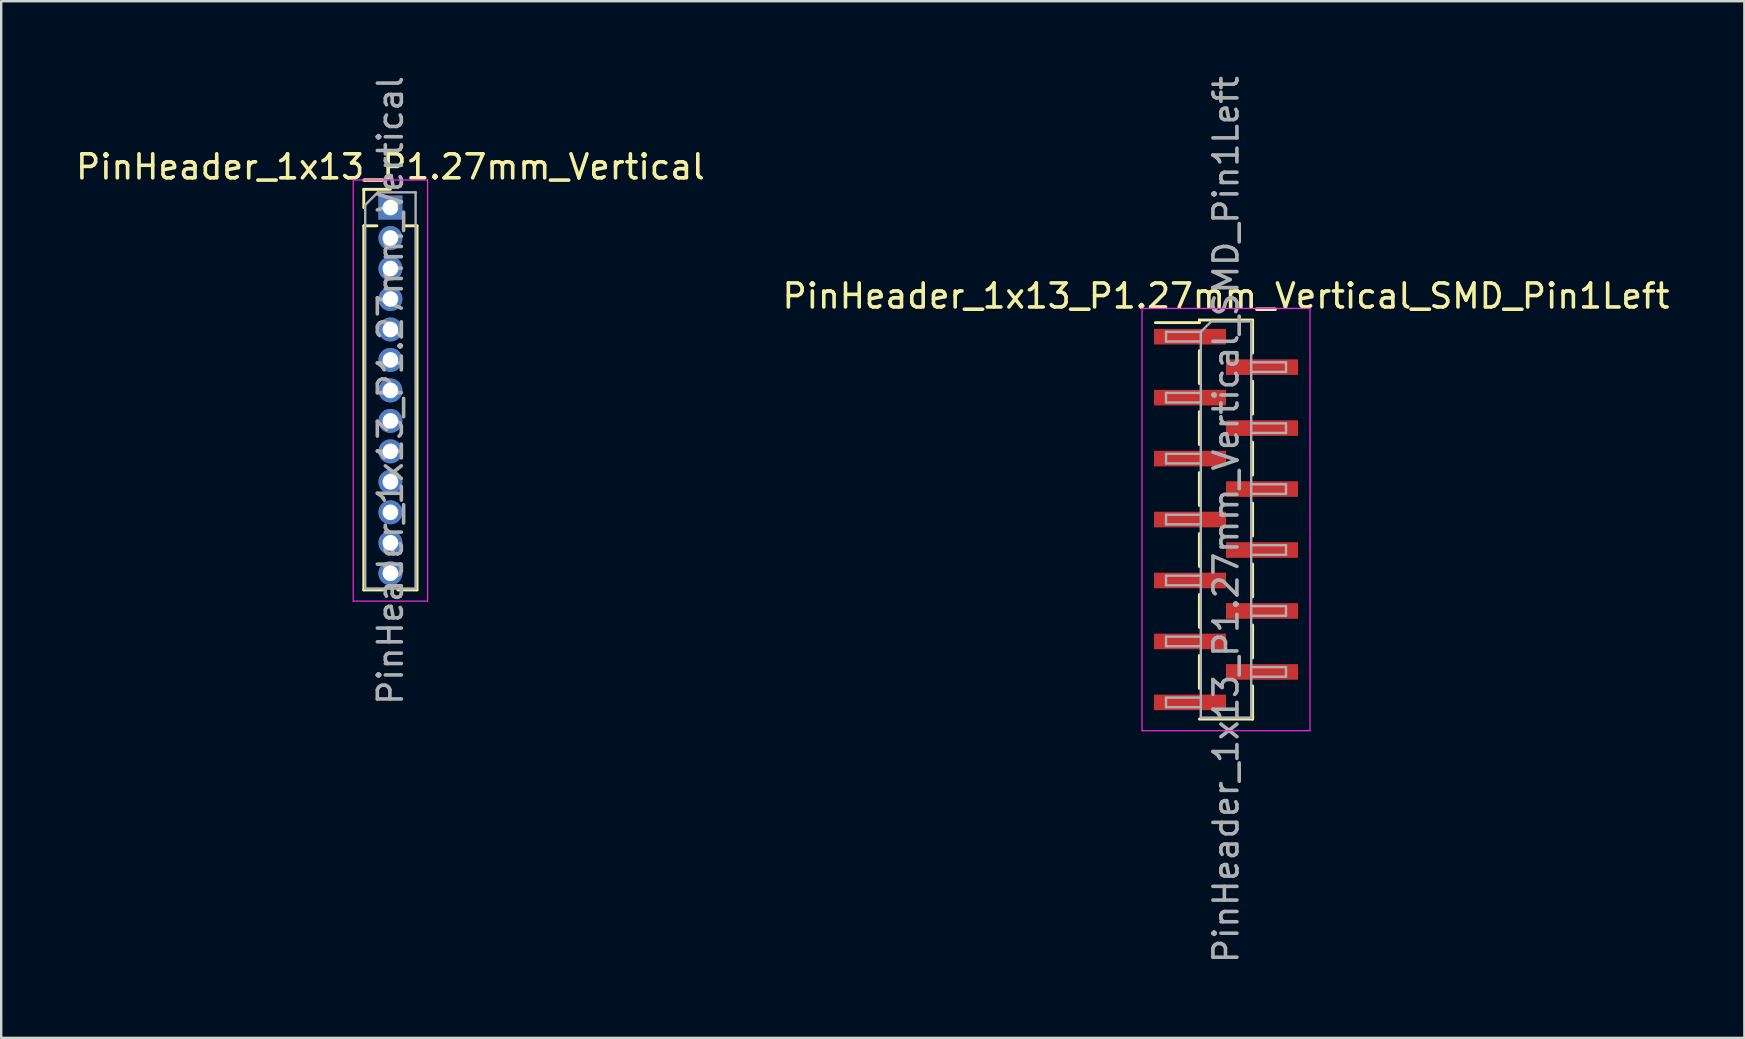
<source format=kicad_pcb>
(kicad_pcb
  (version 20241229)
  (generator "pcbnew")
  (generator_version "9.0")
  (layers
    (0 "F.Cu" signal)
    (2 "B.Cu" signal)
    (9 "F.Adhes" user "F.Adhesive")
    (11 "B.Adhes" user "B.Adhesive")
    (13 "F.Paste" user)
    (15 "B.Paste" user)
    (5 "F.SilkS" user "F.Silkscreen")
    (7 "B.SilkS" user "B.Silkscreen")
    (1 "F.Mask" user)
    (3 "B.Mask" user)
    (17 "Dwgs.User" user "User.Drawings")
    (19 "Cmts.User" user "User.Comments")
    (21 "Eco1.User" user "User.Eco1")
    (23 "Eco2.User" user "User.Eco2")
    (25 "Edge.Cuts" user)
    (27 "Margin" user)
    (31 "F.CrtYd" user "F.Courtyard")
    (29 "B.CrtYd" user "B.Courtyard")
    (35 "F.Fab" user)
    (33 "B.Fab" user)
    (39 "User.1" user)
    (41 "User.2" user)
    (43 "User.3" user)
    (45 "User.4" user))
  (footprint "PinHeader_1x13_P1.27mm_Vertical"
    (layer "F.Cu")
    (at 13.22 5.6)
    (property "Reference" "PinHeader_1x13_P1.27mm_Vertical" (at 0 -1.695 0) (layer "F.SilkS") (effects (font (size 1 1) (thickness 0.15))))
    (attr through_hole)
    (fp_line (start -1.11 -0.76) (end 0 -0.76) (stroke (width 0.12) (type solid)) (layer "F.SilkS"))
    (fp_line (start -1.11 0) (end -1.11 -0.76) (stroke (width 0.12) (type solid)) (layer "F.SilkS"))
    (fp_line (start -1.11 0.76) (end -1.11 15.935) (stroke (width 0.12) (type solid)) (layer "F.SilkS"))
    (fp_line (start -1.11 0.76) (end -0.563 0.76) (stroke (width 0.12) (type solid)) (layer "F.SilkS"))
    (fp_line (start -1.11 15.935) (end -0.308 15.935) (stroke (width 0.12) (type solid)) (layer "F.SilkS"))
    (fp_line (start 0.308 15.935) (end 1.11 15.935) (stroke (width 0.12) (type solid)) (layer "F.SilkS"))
    (fp_line (start 0.563 0.76) (end 1.11 0.76) (stroke (width 0.12) (type solid)) (layer "F.SilkS"))
    (fp_line (start 1.11 0.76) (end 1.11 15.935) (stroke (width 0.12) (type solid)) (layer "F.SilkS"))
    (fp_line (start -1.55 -1.15) (end -1.55 16.4) (stroke (width 0.05) (type solid)) (layer "F.CrtYd"))
    (fp_line (start -1.55 16.4) (end 1.55 16.4) (stroke (width 0.05) (type solid)) (layer "F.CrtYd"))
    (fp_line (start 1.55 -1.15) (end -1.55 -1.15) (stroke (width 0.05) (type solid)) (layer "F.CrtYd"))
    (fp_line (start 1.55 16.4) (end 1.55 -1.15) (stroke (width 0.05) (type solid)) (layer "F.CrtYd"))
    (fp_line (start -1.05 -0.11) (end -0.525 -0.635) (stroke (width 0.1) (type solid)) (layer "F.Fab"))
    (fp_line (start -1.05 15.875) (end -1.05 -0.11) (stroke (width 0.1) (type solid)) (layer "F.Fab"))
    (fp_line (start -0.525 -0.635) (end 1.05 -0.635) (stroke (width 0.1) (type solid)) (layer "F.Fab"))
    (fp_line (start 1.05 -0.635) (end 1.05 15.875) (stroke (width 0.1) (type solid)) (layer "F.Fab"))
    (fp_line (start 1.05 15.875) (end -1.05 15.875) (stroke (width 0.1) (type solid)) (layer "F.Fab"))
    (fp_text user "${REFERENCE}" (at 0 7.62 90) (layer "F.Fab") (effects (font (size 1 1) (thickness 0.15))))
    (pad "1" thru_hole rect (at 0 0) (size 1 1) (drill 0.65) (layers "*.Cu" "*.Mask"))
    (pad "2" thru_hole oval (at 0 1.27) (size 1 1) (drill 0.65) (layers "*.Cu" "*.Mask"))
    (pad "3" thru_hole oval (at 0 2.54) (size 1 1) (drill 0.65) (layers "*.Cu" "*.Mask"))
    (pad "4" thru_hole oval (at 0 3.81) (size 1 1) (drill 0.65) (layers "*.Cu" "*.Mask"))
    (pad "5" thru_hole oval (at 0 5.08) (size 1 1) (drill 0.65) (layers "*.Cu" "*.Mask"))
    (pad "6" thru_hole oval (at 0 6.35) (size 1 1) (drill 0.65) (layers "*.Cu" "*.Mask"))
    (pad "7" thru_hole oval (at 0 7.62) (size 1 1) (drill 0.65) (layers "*.Cu" "*.Mask"))
    (pad "8" thru_hole oval (at 0 8.89) (size 1 1) (drill 0.65) (layers "*.Cu" "*.Mask"))
    (pad "9" thru_hole oval (at 0 10.16) (size 1 1) (drill 0.65) (layers "*.Cu" "*.Mask"))
    (pad "10" thru_hole oval (at 0 11.43) (size 1 1) (drill 0.65) (layers "*.Cu" "*.Mask"))
    (pad "11" thru_hole oval (at 0 12.7) (size 1 1) (drill 0.65) (layers "*.Cu" "*.Mask"))
    (pad "12" thru_hole oval (at 0 13.97) (size 1 1) (drill 0.65) (layers "*.Cu" "*.Mask"))
    (pad "13" thru_hole oval (at 0 15.24) (size 1 1) (drill 0.65) (layers "*.Cu" "*.Mask")))
  (footprint "PinHeader_1x13_P1.27mm_Vertical_SMD_Pin1Left"
    (layer "F.Cu")
    (at 48.042 18.601)
    (property "Reference" "PinHeader_1x13_P1.27mm_Vertical_SMD_Pin1Left" (at 0 -9.315 0) (layer "F.SilkS") (effects (font (size 1 1) (thickness 0.15))))
    (attr smd)
    (fp_line (start -1.11 -8.315) (end -1.11 -8.205) (stroke (width 0.12) (type solid)) (layer "F.SilkS"))
    (fp_line (start -1.11 -8.315) (end 1.11 -8.315) (stroke (width 0.12) (type solid)) (layer "F.SilkS"))
    (fp_line (start -1.11 -8.205) (end -2.94 -8.205) (stroke (width 0.12) (type solid)) (layer "F.SilkS"))
    (fp_line (start -1.11 -7.035) (end -1.11 -5.665) (stroke (width 0.12) (type solid)) (layer "F.SilkS"))
    (fp_line (start -1.11 -4.495) (end -1.11 -3.125) (stroke (width 0.12) (type solid)) (layer "F.SilkS"))
    (fp_line (start -1.11 -1.955) (end -1.11 -0.585) (stroke (width 0.12) (type solid)) (layer "F.SilkS"))
    (fp_line (start -1.11 0.585) (end -1.11 1.955) (stroke (width 0.12) (type solid)) (layer "F.SilkS"))
    (fp_line (start -1.11 3.125) (end -1.11 4.495) (stroke (width 0.12) (type solid)) (layer "F.SilkS"))
    (fp_line (start -1.11 5.665) (end -1.11 7.035) (stroke (width 0.12) (type solid)) (layer "F.SilkS"))
    (fp_line (start -1.11 8.315) (end 1.11 8.315) (stroke (width 0.12) (type solid)) (layer "F.SilkS"))
    (fp_line (start 1.11 -8.305) (end 1.11 -6.935) (stroke (width 0.12) (type solid)) (layer "F.SilkS"))
    (fp_line (start 1.11 -5.765) (end 1.11 -4.395) (stroke (width 0.12) (type solid)) (layer "F.SilkS"))
    (fp_line (start 1.11 -3.225) (end 1.11 -1.855) (stroke (width 0.12) (type solid)) (layer "F.SilkS"))
    (fp_line (start 1.11 -0.685) (end 1.11 0.685) (stroke (width 0.12) (type solid)) (layer "F.SilkS"))
    (fp_line (start 1.11 1.855) (end 1.11 3.225) (stroke (width 0.12) (type solid)) (layer "F.SilkS"))
    (fp_line (start 1.11 4.395) (end 1.11 5.765) (stroke (width 0.12) (type solid)) (layer "F.SilkS"))
    (fp_line (start 1.11 6.935) (end 1.11 8.305) (stroke (width 0.12) (type solid)) (layer "F.SilkS"))
    (fp_line (start 1.11 8.205) (end 1.11 8.315) (stroke (width 0.12) (type solid)) (layer "F.SilkS"))
    (fp_line (start -3.5 -8.8) (end -3.5 8.8) (stroke (width 0.05) (type solid)) (layer "F.CrtYd"))
    (fp_line (start -3.5 8.8) (end 3.5 8.8) (stroke (width 0.05) (type solid)) (layer "F.CrtYd"))
    (fp_line (start 3.5 -8.8) (end -3.5 -8.8) (stroke (width 0.05) (type solid)) (layer "F.CrtYd"))
    (fp_line (start 3.5 8.8) (end 3.5 -8.8) (stroke (width 0.05) (type solid)) (layer "F.CrtYd"))
    (fp_line (start -2.5 -7.82) (end -2.5 -7.42) (stroke (width 0.1) (type solid)) (layer "F.Fab"))
    (fp_line (start -2.5 -7.42) (end -1.05 -7.42) (stroke (width 0.1) (type solid)) (layer "F.Fab"))
    (fp_line (start -2.5 -5.28) (end -2.5 -4.88) (stroke (width 0.1) (type solid)) (layer "F.Fab"))
    (fp_line (start -2.5 -4.88) (end -1.05 -4.88) (stroke (width 0.1) (type solid)) (layer "F.Fab"))
    (fp_line (start -2.5 -2.74) (end -2.5 -2.34) (stroke (width 0.1) (type solid)) (layer "F.Fab"))
    (fp_line (start -2.5 -2.34) (end -1.05 -2.34) (stroke (width 0.1) (type solid)) (layer "F.Fab"))
    (fp_line (start -2.5 -0.2) (end -2.5 0.2) (stroke (width 0.1) (type solid)) (layer "F.Fab"))
    (fp_line (start -2.5 0.2) (end -1.05 0.2) (stroke (width 0.1) (type solid)) (layer "F.Fab"))
    (fp_line (start -2.5 2.34) (end -2.5 2.74) (stroke (width 0.1) (type solid)) (layer "F.Fab"))
    (fp_line (start -2.5 2.74) (end -1.05 2.74) (stroke (width 0.1) (type solid)) (layer "F.Fab"))
    (fp_line (start -2.5 4.88) (end -2.5 5.28) (stroke (width 0.1) (type solid)) (layer "F.Fab"))
    (fp_line (start -2.5 5.28) (end -1.05 5.28) (stroke (width 0.1) (type solid)) (layer "F.Fab"))
    (fp_line (start -2.5 7.42) (end -2.5 7.82) (stroke (width 0.1) (type solid)) (layer "F.Fab"))
    (fp_line (start -2.5 7.82) (end -1.05 7.82) (stroke (width 0.1) (type solid)) (layer "F.Fab"))
    (fp_line (start -1.05 -7.82) (end -2.5 -7.82) (stroke (width 0.1) (type solid)) (layer "F.Fab"))
    (fp_line (start -1.05 -7.82) (end -0.615 -8.255) (stroke (width 0.1) (type solid)) (layer "F.Fab"))
    (fp_line (start -1.05 -5.28) (end -2.5 -5.28) (stroke (width 0.1) (type solid)) (layer "F.Fab"))
    (fp_line (start -1.05 -2.74) (end -2.5 -2.74) (stroke (width 0.1) (type solid)) (layer "F.Fab"))
    (fp_line (start -1.05 -0.2) (end -2.5 -0.2) (stroke (width 0.1) (type solid)) (layer "F.Fab"))
    (fp_line (start -1.05 2.34) (end -2.5 2.34) (stroke (width 0.1) (type solid)) (layer "F.Fab"))
    (fp_line (start -1.05 4.88) (end -2.5 4.88) (stroke (width 0.1) (type solid)) (layer "F.Fab"))
    (fp_line (start -1.05 7.42) (end -2.5 7.42) (stroke (width 0.1) (type solid)) (layer "F.Fab"))
    (fp_line (start -1.05 8.255) (end -1.05 -7.82) (stroke (width 0.1) (type solid)) (layer "F.Fab"))
    (fp_line (start -0.615 -8.255) (end 1.05 -8.255) (stroke (width 0.1) (type solid)) (layer "F.Fab"))
    (fp_line (start 1.05 -8.255) (end 1.05 8.255) (stroke (width 0.1) (type solid)) (layer "F.Fab"))
    (fp_line (start 1.05 -6.55) (end 2.5 -6.55) (stroke (width 0.1) (type solid)) (layer "F.Fab"))
    (fp_line (start 1.05 -4.01) (end 2.5 -4.01) (stroke (width 0.1) (type solid)) (layer "F.Fab"))
    (fp_line (start 1.05 -1.47) (end 2.5 -1.47) (stroke (width 0.1) (type solid)) (layer "F.Fab"))
    (fp_line (start 1.05 1.07) (end 2.5 1.07) (stroke (width 0.1) (type solid)) (layer "F.Fab"))
    (fp_line (start 1.05 3.61) (end 2.5 3.61) (stroke (width 0.1) (type solid)) (layer "F.Fab"))
    (fp_line (start 1.05 6.15) (end 2.5 6.15) (stroke (width 0.1) (type solid)) (layer "F.Fab"))
    (fp_line (start 1.05 8.255) (end -1.05 8.255) (stroke (width 0.1) (type solid)) (layer "F.Fab"))
    (fp_line (start 2.5 -6.55) (end 2.5 -6.15) (stroke (width 0.1) (type solid)) (layer "F.Fab"))
    (fp_line (start 2.5 -6.15) (end 1.05 -6.15) (stroke (width 0.1) (type solid)) (layer "F.Fab"))
    (fp_line (start 2.5 -4.01) (end 2.5 -3.61) (stroke (width 0.1) (type solid)) (layer "F.Fab"))
    (fp_line (start 2.5 -3.61) (end 1.05 -3.61) (stroke (width 0.1) (type solid)) (layer "F.Fab"))
    (fp_line (start 2.5 -1.47) (end 2.5 -1.07) (stroke (width 0.1) (type solid)) (layer "F.Fab"))
    (fp_line (start 2.5 -1.07) (end 1.05 -1.07) (stroke (width 0.1) (type solid)) (layer "F.Fab"))
    (fp_line (start 2.5 1.07) (end 2.5 1.47) (stroke (width 0.1) (type solid)) (layer "F.Fab"))
    (fp_line (start 2.5 1.47) (end 1.05 1.47) (stroke (width 0.1) (type solid)) (layer "F.Fab"))
    (fp_line (start 2.5 3.61) (end 2.5 4.01) (stroke (width 0.1) (type solid)) (layer "F.Fab"))
    (fp_line (start 2.5 4.01) (end 1.05 4.01) (stroke (width 0.1) (type solid)) (layer "F.Fab"))
    (fp_line (start 2.5 6.15) (end 2.5 6.55) (stroke (width 0.1) (type solid)) (layer "F.Fab"))
    (fp_line (start 2.5 6.55) (end 1.05 6.55) (stroke (width 0.1) (type solid)) (layer "F.Fab"))
    (fp_text user "${REFERENCE}" (at 0 0 90) (layer "F.Fab") (effects (font (size 1 1) (thickness 0.15))))
    (pad "1" smd rect (at -1.5 -7.62) (size 3 0.65) (layers "F.Cu" "F.Mask" "F.Paste"))
    (pad "2" smd rect (at 1.5 -6.35) (size 3 0.65) (layers "F.Cu" "F.Mask" "F.Paste"))
    (pad "3" smd rect (at -1.5 -5.08) (size 3 0.65) (layers "F.Cu" "F.Mask" "F.Paste"))
    (pad "4" smd rect (at 1.5 -3.81) (size 3 0.65) (layers "F.Cu" "F.Mask" "F.Paste"))
    (pad "5" smd rect (at -1.5 -2.54) (size 3 0.65) (layers "F.Cu" "F.Mask" "F.Paste"))
    (pad "6" smd rect (at 1.5 -1.27) (size 3 0.65) (layers "F.Cu" "F.Mask" "F.Paste"))
    (pad "7" smd rect (at -1.5 0) (size 3 0.65) (layers "F.Cu" "F.Mask" "F.Paste"))
    (pad "8" smd rect (at 1.5 1.27) (size 3 0.65) (layers "F.Cu" "F.Mask" "F.Paste"))
    (pad "9" smd rect (at -1.5 2.54) (size 3 0.65) (layers "F.Cu" "F.Mask" "F.Paste"))
    (pad "10" smd rect (at 1.5 3.81) (size 3 0.65) (layers "F.Cu" "F.Mask" "F.Paste"))
    (pad "11" smd rect (at -1.5 5.08) (size 3 0.65) (layers "F.Cu" "F.Mask" "F.Paste"))
    (pad "12" smd rect (at 1.5 6.35) (size 3 0.65) (layers "F.Cu" "F.Mask" "F.Paste"))
    (pad "13" smd rect (at -1.5 7.62) (size 3 0.65) (layers "F.Cu" "F.Mask" "F.Paste")))
  (gr_rect
    (start -3 -3)
    (end 69.643 40.202)
    (stroke (width 0.1) (type default))
    (fill no)
    (layer "Edge.Cuts")))
</source>
